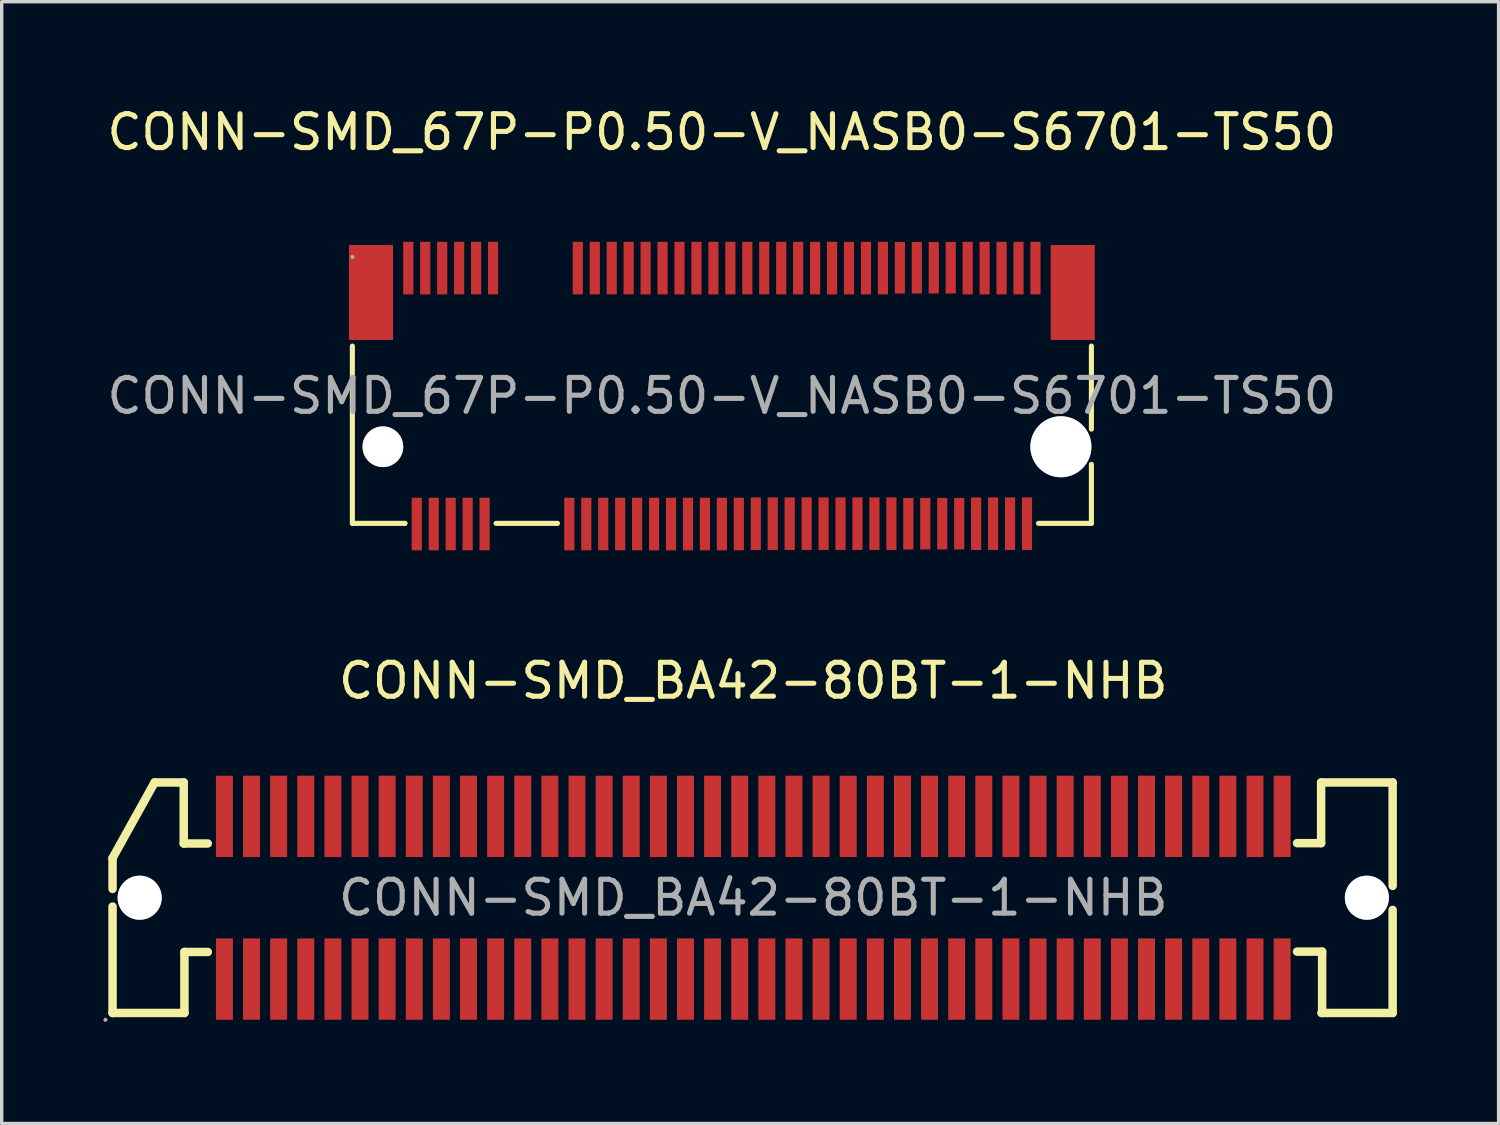
<source format=kicad_pcb>
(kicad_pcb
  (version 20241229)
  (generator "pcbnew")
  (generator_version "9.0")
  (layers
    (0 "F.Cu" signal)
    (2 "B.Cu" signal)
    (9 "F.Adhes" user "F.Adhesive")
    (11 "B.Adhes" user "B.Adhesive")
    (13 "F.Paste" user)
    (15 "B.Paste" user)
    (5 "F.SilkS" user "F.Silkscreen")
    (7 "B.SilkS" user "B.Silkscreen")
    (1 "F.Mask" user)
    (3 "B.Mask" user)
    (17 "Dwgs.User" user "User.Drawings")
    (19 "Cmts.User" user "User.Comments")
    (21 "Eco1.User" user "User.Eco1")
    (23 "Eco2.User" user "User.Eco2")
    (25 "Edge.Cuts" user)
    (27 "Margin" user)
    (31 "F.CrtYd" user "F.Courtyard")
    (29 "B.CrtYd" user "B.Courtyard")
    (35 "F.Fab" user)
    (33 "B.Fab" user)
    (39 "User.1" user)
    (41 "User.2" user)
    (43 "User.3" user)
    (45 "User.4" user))
  (footprint "CONN-SMD_BA42-80BT-1-NHB"
    (layer "F.Cu")
    (at 19.17 23.431)
    (property "Reference" "CONN-SMD_BA42-80BT-1-NHB" (at 0 -6.4 0) (layer "F.SilkS") (effects (font (size 1 1) (thickness 0.15))))
    (attr through_hole)
    (fp_line (start -18.9 -1.17) (end -17.66 -3.4) (stroke (width 0.25) (type solid)) (layer "F.SilkS"))
    (fp_line (start -18.9 -0.26) (end -18.9 -1.17) (stroke (width 0.25) (type solid)) (layer "F.SilkS"))
    (fp_line (start -18.9 3.4) (end -18.9 0.26) (stroke (width 0.25) (type solid)) (layer "F.SilkS"))
    (fp_line (start -18.9 3.4) (end -16.78 3.4) (stroke (width 0.25) (type solid)) (layer "F.SilkS"))
    (fp_line (start -17.66 -3.4) (end -16.8 -3.4) (stroke (width 0.25) (type solid)) (layer "F.SilkS"))
    (fp_line (start -16.8 -1.6) (end -16.8 -3.4) (stroke (width 0.25) (type solid)) (layer "F.SilkS"))
    (fp_line (start -16.8 -1.6) (end -16.09 -1.6) (stroke (width 0.25) (type solid)) (layer "F.SilkS"))
    (fp_line (start -16.78 1.6) (end -16.09 1.6) (stroke (width 0.25) (type solid)) (layer "F.SilkS"))
    (fp_line (start -16.78 3.4) (end -16.78 1.6) (stroke (width 0.25) (type solid)) (layer "F.SilkS"))
    (fp_line (start 16.75 -3.4) (end 16.75 -1.61) (stroke (width 0.25) (type solid)) (layer "F.SilkS"))
    (fp_line (start 16.75 -1.61) (end 16.04 -1.61) (stroke (width 0.25) (type solid)) (layer "F.SilkS"))
    (fp_line (start 16.78 1.59) (end 16.04 1.59) (stroke (width 0.25) (type solid)) (layer "F.SilkS"))
    (fp_line (start 16.78 3.4) (end 16.78 1.59) (stroke (width 0.25) (type solid)) (layer "F.SilkS"))
    (fp_line (start 18.86 -3.4) (end 16.75 -3.4) (stroke (width 0.25) (type solid)) (layer "F.SilkS"))
    (fp_line (start 18.86 -3.4) (end 18.86 -0.35) (stroke (width 0.25) (type solid)) (layer "F.SilkS"))
    (fp_line (start 18.86 0.36) (end 18.86 3.4) (stroke (width 0.25) (type solid)) (layer "F.SilkS"))
    (fp_line (start 18.86 3.4) (end 16.76 3.4) (stroke (width 0.25) (type solid)) (layer "F.SilkS"))
    (fp_circle (center -19.11 3.6) (end -19.08 3.6) (stroke (width 0.06) (type solid)) (fill no) (layer "F.Fab"))
    (fp_circle (center -18.1 0) (end -17.82 0) (stroke (width 0.55) (type solid)) (fill no) (layer "F.Fab"))
    (fp_circle (center 18.1 0) (end 18.38 0) (stroke (width 0.55) (type solid)) (fill no) (layer "F.Fab"))
    (fp_text user "${REFERENCE}" (at 0 0 0) (layer "F.Fab") (effects (font (size 1 1) (thickness 0.15))))
    (pad "" thru_hole circle (at -18.1 0) (size 1.3 1.3) (drill 1.3) (layers "*.Cu" "*.Mask"))
    (pad "" thru_hole circle (at 18.1 0) (size 1.3 1.3) (drill 1.3) (layers "*.Cu" "*.Mask"))
    (pad "1" smd rect (at -15.6 2.4) (size 0.5 2.4) (layers "F.Cu" "F.Mask" "F.Paste"))
    (pad "2" smd rect (at -15.6 -2.4) (size 0.5 2.4) (layers "F.Cu" "F.Mask" "F.Paste"))
    (pad "3" smd rect (at -14.8 2.4) (size 0.5 2.4) (layers "F.Cu" "F.Mask" "F.Paste"))
    (pad "4" smd rect (at -14.8 -2.4) (size 0.5 2.4) (layers "F.Cu" "F.Mask" "F.Paste"))
    (pad "5" smd rect (at -14 2.4) (size 0.5 2.4) (layers "F.Cu" "F.Mask" "F.Paste"))
    (pad "6" smd rect (at -14 -2.4) (size 0.5 2.4) (layers "F.Cu" "F.Mask" "F.Paste"))
    (pad "7" smd rect (at -13.2 2.4) (size 0.5 2.4) (layers "F.Cu" "F.Mask" "F.Paste"))
    (pad "8" smd rect (at -13.2 -2.4) (size 0.5 2.4) (layers "F.Cu" "F.Mask" "F.Paste"))
    (pad "9" smd rect (at -12.4 2.4) (size 0.5 2.4) (layers "F.Cu" "F.Mask" "F.Paste"))
    (pad "10" smd rect (at -12.4 -2.4) (size 0.5 2.4) (layers "F.Cu" "F.Mask" "F.Paste"))
    (pad "11" smd rect (at -11.6 2.4) (size 0.5 2.4) (layers "F.Cu" "F.Mask" "F.Paste"))
    (pad "12" smd rect (at -11.6 -2.4) (size 0.5 2.4) (layers "F.Cu" "F.Mask" "F.Paste"))
    (pad "13" smd rect (at -10.8 2.4) (size 0.5 2.4) (layers "F.Cu" "F.Mask" "F.Paste"))
    (pad "14" smd rect (at -10.8 -2.4) (size 0.5 2.4) (layers "F.Cu" "F.Mask" "F.Paste"))
    (pad "15" smd rect (at -10 2.4) (size 0.5 2.4) (layers "F.Cu" "F.Mask" "F.Paste"))
    (pad "16" smd rect (at -10 -2.4) (size 0.5 2.4) (layers "F.Cu" "F.Mask" "F.Paste"))
    (pad "17" smd rect (at -9.2 2.4) (size 0.5 2.4) (layers "F.Cu" "F.Mask" "F.Paste"))
    (pad "18" smd rect (at -9.2 -2.4) (size 0.5 2.4) (layers "F.Cu" "F.Mask" "F.Paste"))
    (pad "19" smd rect (at -8.4 2.4) (size 0.5 2.4) (layers "F.Cu" "F.Mask" "F.Paste"))
    (pad "20" smd rect (at -8.4 -2.4) (size 0.5 2.4) (layers "F.Cu" "F.Mask" "F.Paste"))
    (pad "21" smd rect (at -7.6 2.4) (size 0.5 2.4) (layers "F.Cu" "F.Mask" "F.Paste"))
    (pad "22" smd rect (at -7.6 -2.4) (size 0.5 2.4) (layers "F.Cu" "F.Mask" "F.Paste"))
    (pad "23" smd rect (at -6.8 2.4) (size 0.5 2.4) (layers "F.Cu" "F.Mask" "F.Paste"))
    (pad "24" smd rect (at -6.8 -2.4) (size 0.5 2.4) (layers "F.Cu" "F.Mask" "F.Paste"))
    (pad "25" smd rect (at -6 2.4) (size 0.5 2.4) (layers "F.Cu" "F.Mask" "F.Paste"))
    (pad "26" smd rect (at -6 -2.4) (size 0.5 2.4) (layers "F.Cu" "F.Mask" "F.Paste"))
    (pad "27" smd rect (at -5.2 2.4) (size 0.5 2.4) (layers "F.Cu" "F.Mask" "F.Paste"))
    (pad "28" smd rect (at -5.2 -2.4) (size 0.5 2.4) (layers "F.Cu" "F.Mask" "F.Paste"))
    (pad "29" smd rect (at -4.4 2.4) (size 0.5 2.4) (layers "F.Cu" "F.Mask" "F.Paste"))
    (pad "30" smd rect (at -4.4 -2.4) (size 0.5 2.4) (layers "F.Cu" "F.Mask" "F.Paste"))
    (pad "31" smd rect (at -3.6 2.4) (size 0.5 2.4) (layers "F.Cu" "F.Mask" "F.Paste"))
    (pad "32" smd rect (at -3.6 -2.4) (size 0.5 2.4) (layers "F.Cu" "F.Mask" "F.Paste"))
    (pad "33" smd rect (at -2.8 2.4) (size 0.5 2.4) (layers "F.Cu" "F.Mask" "F.Paste"))
    (pad "34" smd rect (at -2.8 -2.4) (size 0.5 2.4) (layers "F.Cu" "F.Mask" "F.Paste"))
    (pad "35" smd rect (at -2 2.4) (size 0.5 2.4) (layers "F.Cu" "F.Mask" "F.Paste"))
    (pad "36" smd rect (at -2 -2.4) (size 0.5 2.4) (layers "F.Cu" "F.Mask" "F.Paste"))
    (pad "37" smd rect (at -1.2 2.4) (size 0.5 2.4) (layers "F.Cu" "F.Mask" "F.Paste"))
    (pad "38" smd rect (at -1.2 -2.4) (size 0.5 2.4) (layers "F.Cu" "F.Mask" "F.Paste"))
    (pad "39" smd rect (at -0.4 2.4) (size 0.5 2.4) (layers "F.Cu" "F.Mask" "F.Paste"))
    (pad "40" smd rect (at -0.4 -2.4) (size 0.5 2.4) (layers "F.Cu" "F.Mask" "F.Paste"))
    (pad "41" smd rect (at 0.4 2.4) (size 0.5 2.4) (layers "F.Cu" "F.Mask" "F.Paste"))
    (pad "42" smd rect (at 0.4 -2.4) (size 0.5 2.4) (layers "F.Cu" "F.Mask" "F.Paste"))
    (pad "43" smd rect (at 1.2 2.4) (size 0.5 2.4) (layers "F.Cu" "F.Mask" "F.Paste"))
    (pad "44" smd rect (at 1.2 -2.4) (size 0.5 2.4) (layers "F.Cu" "F.Mask" "F.Paste"))
    (pad "45" smd rect (at 2 2.4) (size 0.5 2.4) (layers "F.Cu" "F.Mask" "F.Paste"))
    (pad "46" smd rect (at 2 -2.4) (size 0.5 2.4) (layers "F.Cu" "F.Mask" "F.Paste"))
    (pad "47" smd rect (at 2.8 2.4) (size 0.5 2.4) (layers "F.Cu" "F.Mask" "F.Paste"))
    (pad "48" smd rect (at 2.8 -2.4) (size 0.5 2.4) (layers "F.Cu" "F.Mask" "F.Paste"))
    (pad "49" smd rect (at 3.6 2.4) (size 0.5 2.4) (layers "F.Cu" "F.Mask" "F.Paste"))
    (pad "50" smd rect (at 3.6 -2.4) (size 0.5 2.4) (layers "F.Cu" "F.Mask" "F.Paste"))
    (pad "51" smd rect (at 4.4 2.4) (size 0.5 2.4) (layers "F.Cu" "F.Mask" "F.Paste"))
    (pad "52" smd rect (at 4.4 -2.4) (size 0.5 2.4) (layers "F.Cu" "F.Mask" "F.Paste"))
    (pad "53" smd rect (at 5.2 2.4) (size 0.5 2.4) (layers "F.Cu" "F.Mask" "F.Paste"))
    (pad "54" smd rect (at 5.2 -2.4) (size 0.5 2.4) (layers "F.Cu" "F.Mask" "F.Paste"))
    (pad "55" smd rect (at 6 2.4) (size 0.5 2.4) (layers "F.Cu" "F.Mask" "F.Paste"))
    (pad "56" smd rect (at 6 -2.4) (size 0.5 2.4) (layers "F.Cu" "F.Mask" "F.Paste"))
    (pad "57" smd rect (at 6.8 2.4) (size 0.5 2.4) (layers "F.Cu" "F.Mask" "F.Paste"))
    (pad "58" smd rect (at 6.8 -2.4) (size 0.5 2.4) (layers "F.Cu" "F.Mask" "F.Paste"))
    (pad "59" smd rect (at 7.6 2.4) (size 0.5 2.4) (layers "F.Cu" "F.Mask" "F.Paste"))
    (pad "60" smd rect (at 7.6 -2.4) (size 0.5 2.4) (layers "F.Cu" "F.Mask" "F.Paste"))
    (pad "61" smd rect (at 8.4 2.4) (size 0.5 2.4) (layers "F.Cu" "F.Mask" "F.Paste"))
    (pad "62" smd rect (at 8.4 -2.4) (size 0.5 2.4) (layers "F.Cu" "F.Mask" "F.Paste"))
    (pad "63" smd rect (at 9.2 2.4) (size 0.5 2.4) (layers "F.Cu" "F.Mask" "F.Paste"))
    (pad "64" smd rect (at 9.2 -2.4) (size 0.5 2.4) (layers "F.Cu" "F.Mask" "F.Paste"))
    (pad "65" smd rect (at 10 2.4) (size 0.5 2.4) (layers "F.Cu" "F.Mask" "F.Paste"))
    (pad "66" smd rect (at 10 -2.4) (size 0.5 2.4) (layers "F.Cu" "F.Mask" "F.Paste"))
    (pad "67" smd rect (at 10.8 2.4) (size 0.5 2.4) (layers "F.Cu" "F.Mask" "F.Paste"))
    (pad "68" smd rect (at 10.8 -2.4) (size 0.5 2.4) (layers "F.Cu" "F.Mask" "F.Paste"))
    (pad "69" smd rect (at 11.6 2.4) (size 0.5 2.4) (layers "F.Cu" "F.Mask" "F.Paste"))
    (pad "70" smd rect (at 11.6 -2.4) (size 0.5 2.4) (layers "F.Cu" "F.Mask" "F.Paste"))
    (pad "71" smd rect (at 12.4 2.4) (size 0.5 2.4) (layers "F.Cu" "F.Mask" "F.Paste"))
    (pad "72" smd rect (at 12.4 -2.4) (size 0.5 2.4) (layers "F.Cu" "F.Mask" "F.Paste"))
    (pad "73" smd rect (at 13.2 2.4) (size 0.5 2.4) (layers "F.Cu" "F.Mask" "F.Paste"))
    (pad "74" smd rect (at 13.2 -2.4) (size 0.5 2.4) (layers "F.Cu" "F.Mask" "F.Paste"))
    (pad "75" smd rect (at 14 2.4) (size 0.5 2.4) (layers "F.Cu" "F.Mask" "F.Paste"))
    (pad "76" smd rect (at 14 -2.4) (size 0.5 2.4) (layers "F.Cu" "F.Mask" "F.Paste"))
    (pad "77" smd rect (at 14.8 2.4) (size 0.5 2.4) (layers "F.Cu" "F.Mask" "F.Paste"))
    (pad "78" smd rect (at 14.8 -2.4) (size 0.5 2.4) (layers "F.Cu" "F.Mask" "F.Paste"))
    (pad "79" smd rect (at 15.6 2.4) (size 0.5 2.4) (layers "F.Cu" "F.Mask" "F.Paste"))
    (pad "80" smd rect (at 15.6 -2.4) (size 0.5 2.4) (layers "F.Cu" "F.Mask" "F.Paste")))
  (footprint "CONN-SMD_67P-P0.50-V_NASB0-S6701-TS50"
    (layer "F.Cu")
    (at 18.244 8.628)
    (property "Reference" "CONN-SMD_67P-P0.50-V_NASB0-S6701-TS50" (at 0 -7.78 0) (layer "F.SilkS") (effects (font (size 1 1) (thickness 0.15))))
    (attr through_hole)
    (fp_line (start -10.9 3.76) (end -10.9 -1.47) (stroke (width 0.15) (type solid)) (layer "F.SilkS"))
    (fp_line (start -9.35 3.76) (end -10.9 3.76) (stroke (width 0.15) (type solid)) (layer "F.SilkS"))
    (fp_line (start -9.35 3.76) (end -9.35 3.76) (stroke (width 0.15) (type solid)) (layer "F.SilkS"))
    (fp_line (start -6.66 3.76) (end -4.85 3.76) (stroke (width 0.15) (type solid)) (layer "F.SilkS"))
    (fp_line (start 10.9 -1.47) (end 10.9 0.98) (stroke (width 0.15) (type solid)) (layer "F.SilkS"))
    (fp_line (start 10.9 2.02) (end 10.9 3.76) (stroke (width 0.15) (type solid)) (layer "F.SilkS"))
    (fp_line (start 10.9 3.76) (end 9.34 3.76) (stroke (width 0.15) (type solid)) (layer "F.SilkS"))
    (fp_circle (center -10 1.5) (end -9.76 1.5) (stroke (width 0.48) (type solid)) (fill no) (layer "Cmts.User"))
    (fp_circle (center 10 1.5) (end 10.36 1.5) (stroke (width 0.72) (type solid)) (fill no) (layer "Cmts.User"))
    (fp_circle (center -10.9 -4.1) (end -10.87 -4.1) (stroke (width 0.06) (type solid)) (fill no) (layer "F.Fab"))
    (fp_text user "${REFERENCE}" (at 0 0 0) (layer "F.Fab") (effects (font (size 1 1) (thickness 0.15))))
    (pad "" thru_hole circle (at -10 1.5) (size 1.2 1.2) (drill 1.2) (layers "*.Cu" "*.Mask"))
    (pad "" thru_hole circle (at 10 1.5) (size 1.8 1.8) (drill 1.8) (layers "*.Cu" "*.Mask"))
    (pad "1" smd rect (at -9.25 -3.77) (size 0.3 1.55) (layers "F.Cu" "F.Mask" "F.Paste"))
    (pad "2" smd rect (at -9 3.78) (size 0.3 1.55) (layers "F.Cu" "F.Mask" "F.Paste"))
    (pad "3" smd rect (at -8.75 -3.77) (size 0.3 1.55) (layers "F.Cu" "F.Mask" "F.Paste"))
    (pad "4" smd rect (at -8.5 3.78) (size 0.3 1.55) (layers "F.Cu" "F.Mask" "F.Paste"))
    (pad "5" smd rect (at -8.25 -3.77) (size 0.3 1.55) (layers "F.Cu" "F.Mask" "F.Paste"))
    (pad "6" smd rect (at -8 3.78) (size 0.3 1.55) (layers "F.Cu" "F.Mask" "F.Paste"))
    (pad "7" smd rect (at -7.75 -3.77) (size 0.3 1.55) (layers "F.Cu" "F.Mask" "F.Paste"))
    (pad "8" smd rect (at -7.5 3.78) (size 0.3 1.55) (layers "F.Cu" "F.Mask" "F.Paste"))
    (pad "9" smd rect (at -7.25 -3.77) (size 0.3 1.55) (layers "F.Cu" "F.Mask" "F.Paste"))
    (pad "10" smd rect (at -7 3.78) (size 0.3 1.55) (layers "F.Cu" "F.Mask" "F.Paste"))
    (pad "11" smd rect (at -6.75 -3.77) (size 0.3 1.55) (layers "F.Cu" "F.Mask" "F.Paste"))
    (pad "20" smd rect (at -4.5 3.78) (size 0.3 1.55) (layers "F.Cu" "F.Mask" "F.Paste"))
    (pad "21" smd rect (at -4.25 -3.77) (size 0.3 1.55) (layers "F.Cu" "F.Mask" "F.Paste"))
    (pad "22" smd rect (at -4 3.78) (size 0.3 1.55) (layers "F.Cu" "F.Mask" "F.Paste"))
    (pad "23" smd rect (at -3.75 -3.77) (size 0.3 1.55) (layers "F.Cu" "F.Mask" "F.Paste"))
    (pad "24" smd rect (at -3.5 3.78) (size 0.3 1.55) (layers "F.Cu" "F.Mask" "F.Paste"))
    (pad "25" smd rect (at -3.25 -3.77) (size 0.3 1.55) (layers "F.Cu" "F.Mask" "F.Paste"))
    (pad "26" smd rect (at -3 3.78) (size 0.3 1.55) (layers "F.Cu" "F.Mask" "F.Paste"))
    (pad "27" smd rect (at -2.75 -3.77) (size 0.3 1.55) (layers "F.Cu" "F.Mask" "F.Paste"))
    (pad "28" smd rect (at -2.5 3.78) (size 0.3 1.55) (layers "F.Cu" "F.Mask" "F.Paste"))
    (pad "29" smd rect (at -2.25 -3.77) (size 0.3 1.55) (layers "F.Cu" "F.Mask" "F.Paste"))
    (pad "30" smd rect (at -2 3.78) (size 0.3 1.55) (layers "F.Cu" "F.Mask" "F.Paste"))
    (pad "31" smd rect (at -1.75 -3.77) (size 0.3 1.55) (layers "F.Cu" "F.Mask" "F.Paste"))
    (pad "32" smd rect (at -1.5 3.78) (size 0.3 1.55) (layers "F.Cu" "F.Mask" "F.Paste"))
    (pad "33" smd rect (at -1.25 -3.77) (size 0.3 1.55) (layers "F.Cu" "F.Mask" "F.Paste"))
    (pad "34" smd rect (at -1 3.78) (size 0.3 1.55) (layers "F.Cu" "F.Mask" "F.Paste"))
    (pad "35" smd rect (at -0.75 -3.77) (size 0.3 1.55) (layers "F.Cu" "F.Mask" "F.Paste"))
    (pad "36" smd rect (at -0.5 3.78) (size 0.3 1.55) (layers "F.Cu" "F.Mask" "F.Paste"))
    (pad "37" smd rect (at -0.25 -3.77) (size 0.3 1.55) (layers "F.Cu" "F.Mask" "F.Paste"))
    (pad "38" smd rect (at 0 3.78) (size 0.3 1.55) (layers "F.Cu" "F.Mask" "F.Paste"))
    (pad "39" smd rect (at 0.25 -3.77) (size 0.3 1.55) (layers "F.Cu" "F.Mask" "F.Paste"))
    (pad "40" smd rect (at 0.5 3.78) (size 0.3 1.55) (layers "F.Cu" "F.Mask" "F.Paste"))
    (pad "41" smd rect (at 0.75 -3.77) (size 0.3 1.55) (layers "F.Cu" "F.Mask" "F.Paste"))
    (pad "42" smd rect (at 1 3.77) (size 0.3 1.55) (layers "F.Cu" "F.Mask" "F.Paste"))
    (pad "43" smd rect (at 1.25 -3.77) (size 0.3 1.55) (layers "F.Cu" "F.Mask" "F.Paste"))
    (pad "44" smd rect (at 1.5 3.77) (size 0.3 1.55) (layers "F.Cu" "F.Mask" "F.Paste"))
    (pad "45" smd rect (at 1.75 -3.77) (size 0.3 1.55) (layers "F.Cu" "F.Mask" "F.Paste"))
    (pad "46" smd rect (at 2 3.77) (size 0.3 1.55) (layers "F.Cu" "F.Mask" "F.Paste"))
    (pad "47" smd rect (at 2.25 -3.77) (size 0.3 1.55) (layers "F.Cu" "F.Mask" "F.Paste"))
    (pad "48" smd rect (at 2.5 3.77) (size 0.3 1.55) (layers "F.Cu" "F.Mask" "F.Paste"))
    (pad "49" smd rect (at 2.75 -3.77) (size 0.3 1.55) (layers "F.Cu" "F.Mask" "F.Paste"))
    (pad "50" smd rect (at 3 3.77) (size 0.3 1.55) (layers "F.Cu" "F.Mask" "F.Paste"))
    (pad "51" smd rect (at 3.25 -3.77) (size 0.3 1.55) (layers "F.Cu" "F.Mask" "F.Paste"))
    (pad "52" smd rect (at 3.5 3.77) (size 0.3 1.55) (layers "F.Cu" "F.Mask" "F.Paste"))
    (pad "53" smd rect (at 3.75 -3.77) (size 0.3 1.55) (layers "F.Cu" "F.Mask" "F.Paste"))
    (pad "54" smd rect (at 4 3.77) (size 0.3 1.55) (layers "F.Cu" "F.Mask" "F.Paste"))
    (pad "55" smd rect (at 4.25 -3.77) (size 0.3 1.55) (layers "F.Cu" "F.Mask" "F.Paste"))
    (pad "56" smd rect (at 4.5 3.77) (size 0.3 1.55) (layers "F.Cu" "F.Mask" "F.Paste"))
    (pad "57" smd rect (at 4.75 -3.77) (size 0.3 1.55) (layers "F.Cu" "F.Mask" "F.Paste"))
    (pad "58" smd rect (at 5 3.77) (size 0.3 1.55) (layers "F.Cu" "F.Mask" "F.Paste"))
    (pad "59" smd rect (at 5.25 -3.78) (size 0.3 1.52) (layers "F.Cu" "F.Mask" "F.Paste"))
    (pad "60" smd rect (at 5.5 3.77) (size 0.3 1.52) (layers "F.Cu" "F.Mask" "F.Paste"))
    (pad "61" smd rect (at 5.75 -3.78) (size 0.3 1.52) (layers "F.Cu" "F.Mask" "F.Paste"))
    (pad "62" smd rect (at 6 3.77) (size 0.3 1.52) (layers "F.Cu" "F.Mask" "F.Paste"))
    (pad "63" smd rect (at 6.25 -3.78) (size 0.3 1.52) (layers "F.Cu" "F.Mask" "F.Paste"))
    (pad "64" smd rect (at 6.5 3.77) (size 0.3 1.52) (layers "F.Cu" "F.Mask" "F.Paste"))
    (pad "65" smd rect (at 6.75 -3.78) (size 0.3 1.52) (layers "F.Cu" "F.Mask" "F.Paste"))
    (pad "66" smd rect (at 7 3.77) (size 0.3 1.52) (layers "F.Cu" "F.Mask" "F.Paste"))
    (pad "67" smd rect (at 7.25 -3.77) (size 0.3 1.55) (layers "F.Cu" "F.Mask" "F.Paste"))
    (pad "68" smd rect (at 7.5 3.77) (size 0.3 1.55) (layers "F.Cu" "F.Mask" "F.Paste"))
    (pad "69" smd rect (at 7.75 -3.77) (size 0.3 1.55) (layers "F.Cu" "F.Mask" "F.Paste"))
    (pad "70" smd rect (at 8 3.77) (size 0.3 1.55) (layers "F.Cu" "F.Mask" "F.Paste"))
    (pad "71" smd rect (at 8.25 -3.77) (size 0.3 1.55) (layers "F.Cu" "F.Mask" "F.Paste"))
    (pad "72" smd rect (at 8.5 3.77) (size 0.3 1.55) (layers "F.Cu" "F.Mask" "F.Paste"))
    (pad "73" smd rect (at 8.75 -3.77) (size 0.3 1.55) (layers "F.Cu" "F.Mask" "F.Paste"))
    (pad "74" smd rect (at 9 3.77) (size 0.3 1.55) (layers "F.Cu" "F.Mask" "F.Paste"))
    (pad "75" smd rect (at 9.25 -3.77) (size 0.3 1.55) (layers "F.Cu" "F.Mask" "F.Paste"))
    (pad "76" smd rect (at 10.35 -3.05) (size 1.3 2.8) (layers "F.Cu" "F.Mask" "F.Paste"))
    (pad "77" smd rect (at -10.35 -3.05) (size 1.3 2.8) (layers "F.Cu" "F.Mask" "F.Paste")))
  (gr_rect
    (start -3 -3)
    (end 41.155 30.091)
    (stroke (width 0.1) (type default))
    (fill no)
    (layer "Edge.Cuts")))
</source>
